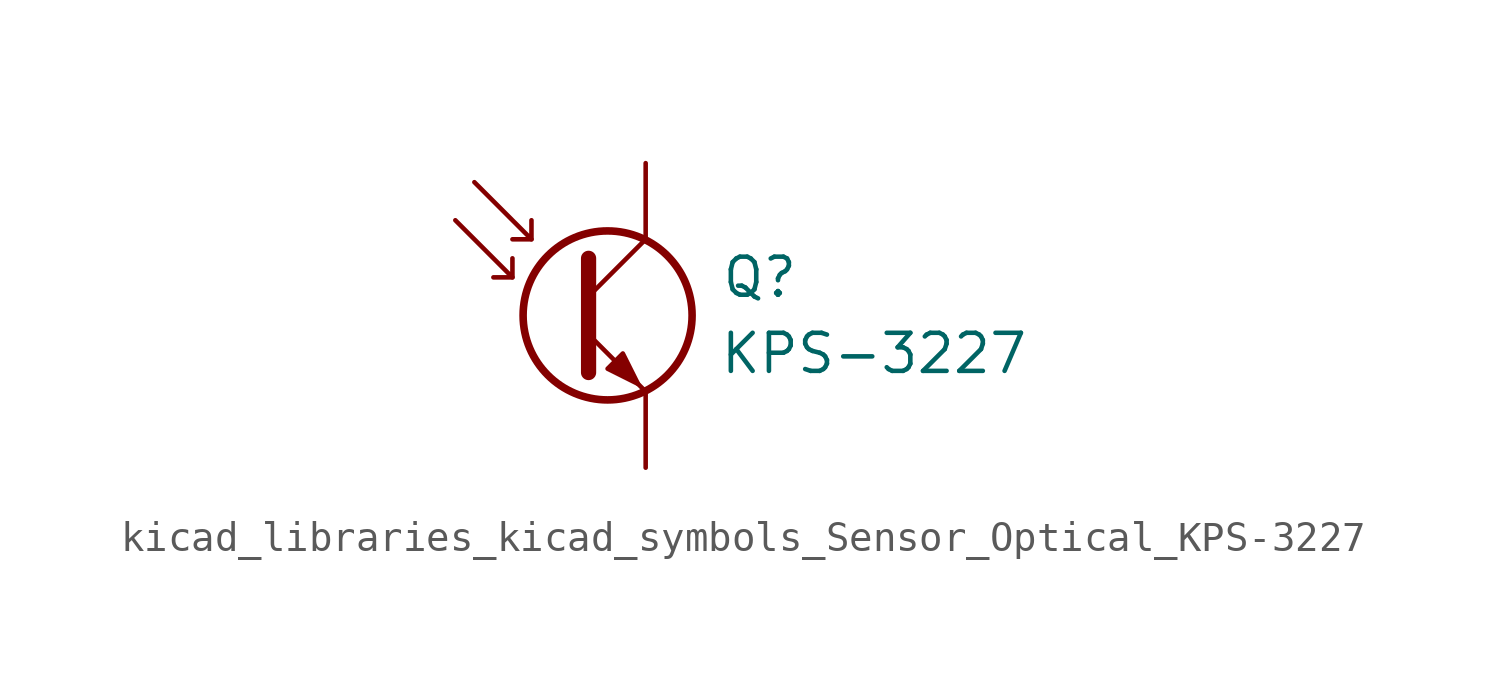
<source format=kicad_sym>
(kicad_symbol_lib
  (version 20220914)
  (generator kicad_symbol_editor)
  (symbol "kicad_libraries_kicad_symbols_Sensor_Optical_KPS-3227"
    (pin_numbers hide)
    (property "Reference" "Q"
      (at 3.81 1.27 0)
      (effects (font (size 1.27 1.27))))
    (property "Value" "KPS-3227"
      (at 7.62 -1.27 0)
      (effects (font (size 1.27 1.27))))
    (symbol "kicad_libraries_kicad_symbols_Sensor_Optical_KPS-3227_1_1"
      (circle (center -1.27 0) (radius 2.819) (stroke (width 0.254) (type default)) (fill (type none)))
      (polyline (pts (xy -4.445 1.27) (xy -5.08 1.27)) (stroke (width 0) (type default)) (fill (type none)))
      (polyline (pts (xy -3.81 2.54) (xy -4.445 2.54)) (stroke (width 0) (type default)) (fill (type none)))
      (polyline (pts (xy -1.905 0.635) (xy 0 2.54)) (stroke (width 0) (type default)) (fill (type none)))
      (polyline (pts (xy -6.35 3.175) (xy -4.445 1.27) (xy -4.445 1.905)) (stroke (width 0) (type default)) (fill (type none)))
      (polyline (pts (xy -5.715 4.445) (xy -3.81 2.54) (xy -3.81 3.175)) (stroke (width 0) (type default)) (fill (type none)))
      (polyline (pts (xy -1.905 -0.635) (xy 0 -2.54) (xy 0 -2.54)) (stroke (width 0) (type default)) (fill (type none)))
      (polyline (pts (xy -1.905 1.905) (xy -1.905 -1.905) (xy -1.905 -1.905)) (stroke (width 0.508) (type default)) (fill (type none)))
      (polyline (pts (xy -1.27 -1.778) (xy -0.762 -1.27) (xy -0.254 -2.286) (xy -1.27 -1.778) (xy -1.27 -1.778)) (stroke (width 0) (type default)) (fill (type outline)))
      (pin passive line (at 0 5.08 270) (length 2.54) (name "~" (effects (font (size 1.27 1.27)))) (number "1" (effects (font (size 1.27 1.27)))))
      (pin passive line (at 0 -5.08 90) (length 2.54) (name "~" (effects (font (size 1.27 1.27)))) (number "2" (effects (font (size 1.27 1.27)))))
      (pin passive line (at 0 5.08 270) (length 2.54) hide (name "~" (effects (font (size 1.27 1.27)))) (number "3" (effects (font (size 1.27 1.27)))))
      (pin passive line (at 0 -5.08 90) (length 2.54) hide (name "~" (effects (font (size 1.27 1.27)))) (number "4" (effects (font (size 1.27 1.27))))))))
</source>
